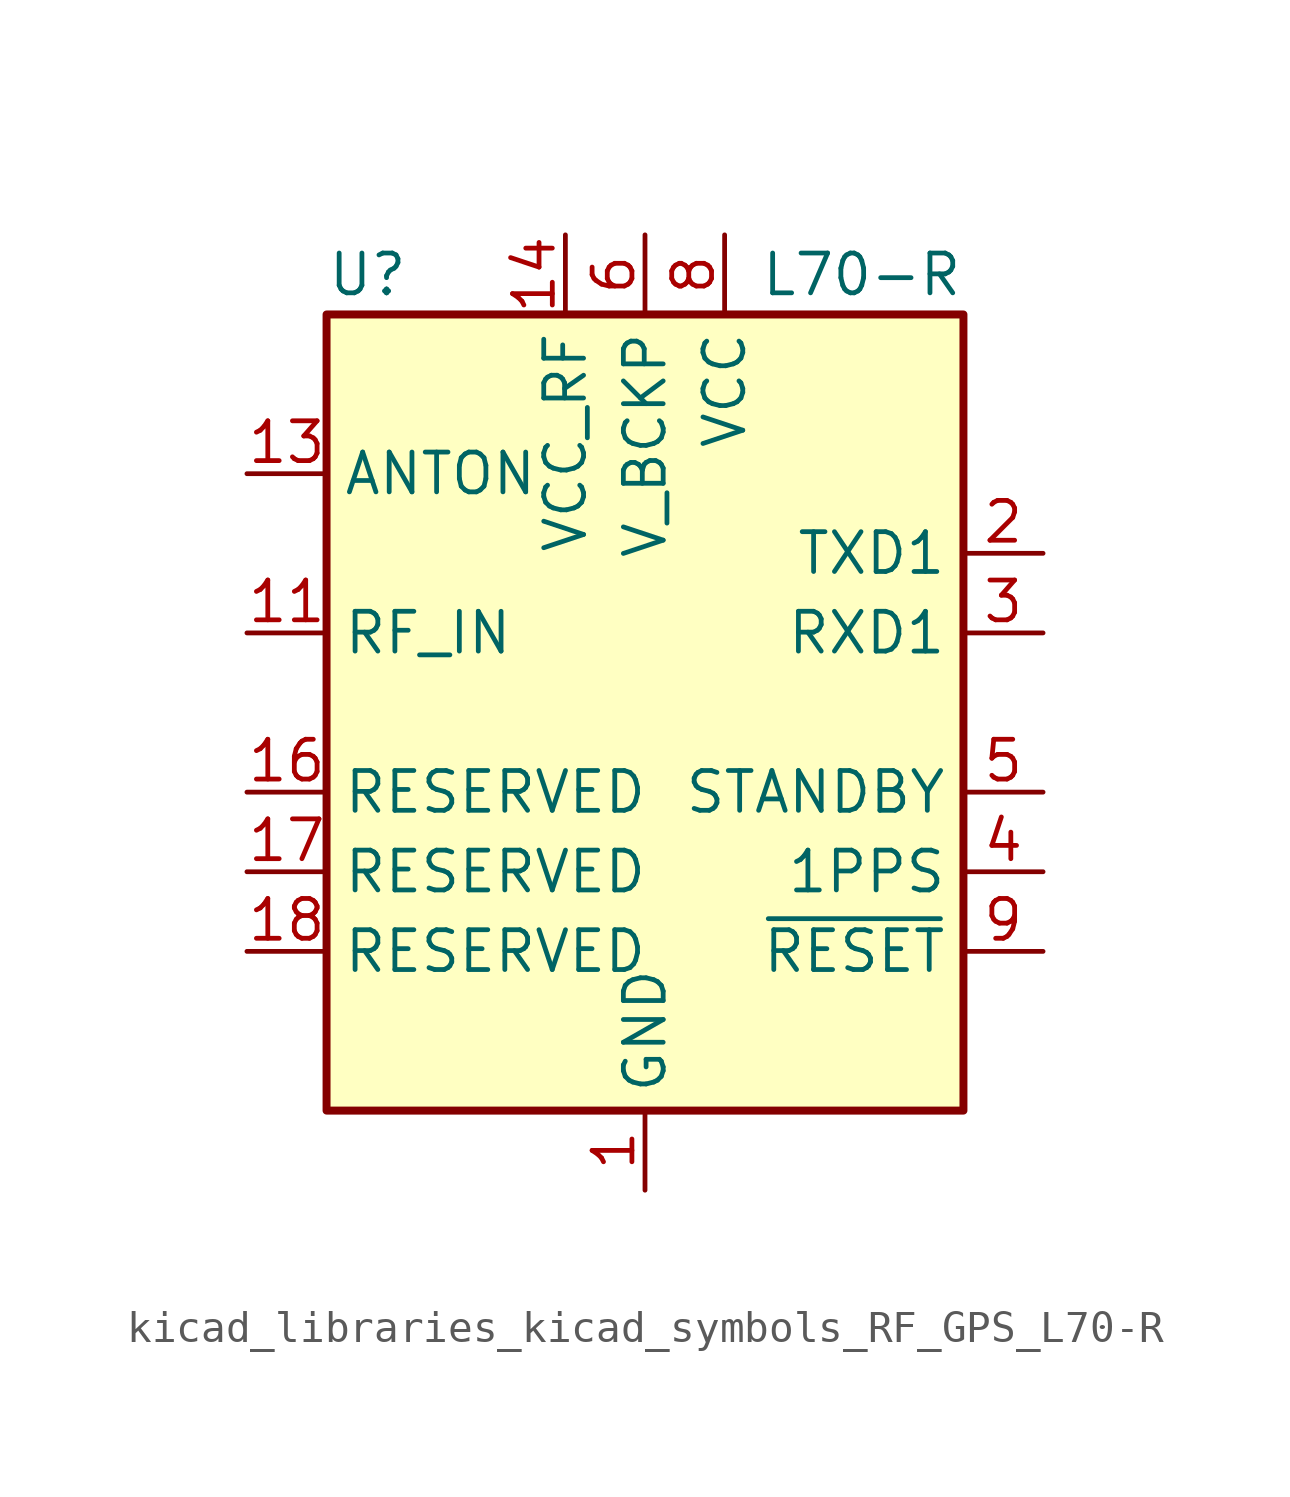
<source format=kicad_sym>
(kicad_symbol_lib
  (version 20220914)
  (generator kicad_symbol_editor)
  (symbol "kicad_libraries_kicad_symbols_RF_GPS_L70-R"
    (property "Reference" "U"
      (at -10.16 13.97 0)
      (effects (font (size 1.27 1.27)) (justify left)))
    (property "Value" "L70-R"
      (at 10.16 13.97 0)
      (effects (font (size 1.27 1.27)) (justify right)))
    (symbol "kicad_libraries_kicad_symbols_RF_GPS_L70-R_0_1"
      (rectangle (start -10.16 12.7) (end 10.16 -12.7) (stroke (width 0.254) (type default)) (fill (type background))))
    (symbol "kicad_libraries_kicad_symbols_RF_GPS_L70-R_1_1"
      (pin power_in line (at 0 -15.24 90) (length 2.54) (name "GND" (effects (font (size 1.27 1.27)))) (number "1" (effects (font (size 1.27 1.27)))))
      (pin passive line (at 0 -15.24 90) (length 2.54) hide (name "GND" (effects (font (size 1.27 1.27)))) (number "10" (effects (font (size 1.27 1.27)))))
      (pin input line (at -12.7 2.54 0) (length 2.54) (name "RF_IN" (effects (font (size 1.27 1.27)))) (number "11" (effects (font (size 1.27 1.27)))))
      (pin passive line (at 0 -15.24 90) (length 2.54) hide (name "GND" (effects (font (size 1.27 1.27)))) (number "12" (effects (font (size 1.27 1.27)))))
      (pin output line (at -12.7 7.62 0) (length 2.54) (name "ANTON" (effects (font (size 1.27 1.27)))) (number "13" (effects (font (size 1.27 1.27)))))
      (pin power_out line (at -2.54 15.24 270) (length 2.54) (name "VCC_RF" (effects (font (size 1.27 1.27)))) (number "14" (effects (font (size 1.27 1.27)))))
      (pin no_connect line (at -10.16 0 0) (length 2.54) hide (name "NC" (effects (font (size 1.27 1.27)))) (number "15" (effects (font (size 1.27 1.27)))))
      (pin passive line (at -12.7 -2.54 0) (length 2.54) (name "RESERVED" (effects (font (size 1.27 1.27)))) (number "16" (effects (font (size 1.27 1.27)))))
      (pin passive line (at -12.7 -5.08 0) (length 2.54) (name "RESERVED" (effects (font (size 1.27 1.27)))) (number "17" (effects (font (size 1.27 1.27)))))
      (pin passive line (at -12.7 -7.62 0) (length 2.54) (name "RESERVED" (effects (font (size 1.27 1.27)))) (number "18" (effects (font (size 1.27 1.27)))))
      (pin output line (at 12.7 5.08 180) (length 2.54) (name "TXD1" (effects (font (size 1.27 1.27)))) (number "2" (effects (font (size 1.27 1.27)))))
      (pin input line (at 12.7 2.54 180) (length 2.54) (name "RXD1" (effects (font (size 1.27 1.27)))) (number "3" (effects (font (size 1.27 1.27)))))
      (pin output line (at 12.7 -5.08 180) (length 2.54) (name "1PPS" (effects (font (size 1.27 1.27)))) (number "4" (effects (font (size 1.27 1.27)))))
      (pin input line (at 12.7 -2.54 180) (length 2.54) (name "STANDBY" (effects (font (size 1.27 1.27)))) (number "5" (effects (font (size 1.27 1.27)))))
      (pin power_in line (at 0 15.24 270) (length 2.54) (name "V_BCKP" (effects (font (size 1.27 1.27)))) (number "6" (effects (font (size 1.27 1.27)))))
      (pin no_connect line (at 10.16 0 180) (length 2.54) hide (name "NC" (effects (font (size 1.27 1.27)))) (number "7" (effects (font (size 1.27 1.27)))))
      (pin power_in line (at 2.54 15.24 270) (length 2.54) (name "VCC" (effects (font (size 1.27 1.27)))) (number "8" (effects (font (size 1.27 1.27)))))
      (pin input line (at 12.7 -7.62 180) (length 2.54) (name "~{RESET}" (effects (font (size 1.27 1.27)))) (number "9" (effects (font (size 1.27 1.27))))))))
</source>
